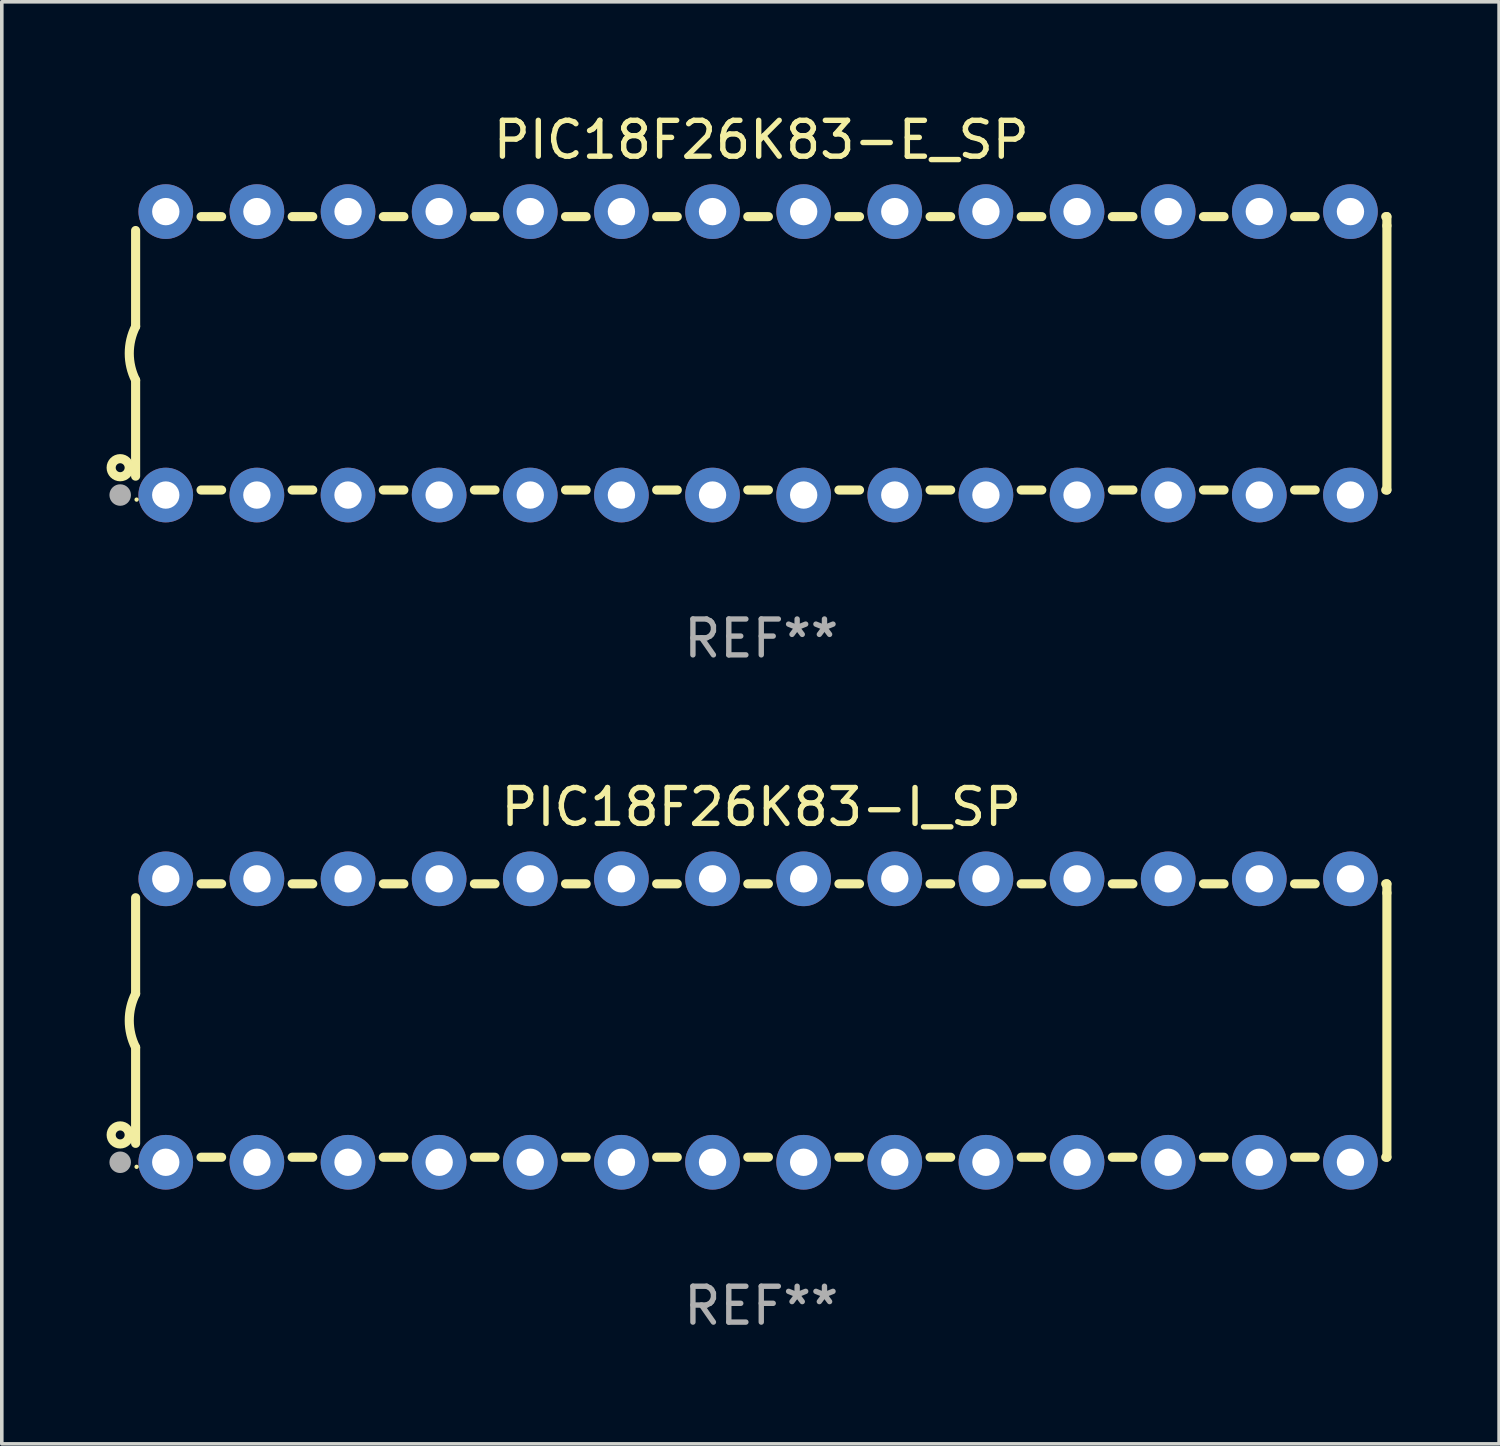
<source format=kicad_pcb>
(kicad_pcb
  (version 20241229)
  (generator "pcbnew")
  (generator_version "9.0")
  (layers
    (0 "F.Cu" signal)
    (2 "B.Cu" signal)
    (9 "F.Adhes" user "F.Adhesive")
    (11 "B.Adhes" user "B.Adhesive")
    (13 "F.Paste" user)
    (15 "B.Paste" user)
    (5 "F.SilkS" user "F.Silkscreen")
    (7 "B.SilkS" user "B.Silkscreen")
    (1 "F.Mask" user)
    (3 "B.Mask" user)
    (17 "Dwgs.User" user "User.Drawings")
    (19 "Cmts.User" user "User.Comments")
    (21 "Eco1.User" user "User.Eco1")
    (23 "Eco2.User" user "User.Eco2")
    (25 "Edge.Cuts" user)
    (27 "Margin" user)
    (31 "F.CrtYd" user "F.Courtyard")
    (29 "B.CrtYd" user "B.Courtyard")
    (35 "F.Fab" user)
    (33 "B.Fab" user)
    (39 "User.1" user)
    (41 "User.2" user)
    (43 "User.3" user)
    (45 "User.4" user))
  (footprint "PIC18F26K83-E_SP"
    (layer "F.Cu")
    (at 18.168 6.798)
    (property "Reference" "PIC18F26K83-E_SP" (at 0 -5.95 0) (layer "F.SilkS") (effects (font (size 1 1) (thickness 0.15))))
    (attr through_hole)
    (fp_line (start -17.438 0.75) (end -17.438 3.423) (stroke (width 0.254) (type solid)) (layer "F.SilkS"))
    (fp_line (start -17.438 -3.423) (end -17.438 -0.75) (stroke (width 0.254) (type solid)) (layer "F.SilkS"))
    (fp_line (start -15.615 3.81) (end -15.041 3.81) (stroke (width 0.254) (type solid)) (layer "F.SilkS"))
    (fp_line (start -15.041 -3.81) (end -15.614 -3.81) (stroke (width 0.254) (type solid)) (layer "F.SilkS"))
    (fp_line (start -13.075 3.81) (end -12.501 3.81) (stroke (width 0.254) (type solid)) (layer "F.SilkS"))
    (fp_line (start -12.501 -3.81) (end -13.074 -3.81) (stroke (width 0.254) (type solid)) (layer "F.SilkS"))
    (fp_line (start -10.535 3.81) (end -9.961 3.81) (stroke (width 0.254) (type solid)) (layer "F.SilkS"))
    (fp_line (start -9.961 -3.81) (end -10.534 -3.81) (stroke (width 0.254) (type solid)) (layer "F.SilkS"))
    (fp_line (start -7.995 3.81) (end -7.421 3.81) (stroke (width 0.254) (type solid)) (layer "F.SilkS"))
    (fp_line (start -7.421 -3.81) (end -7.995 -3.81) (stroke (width 0.254) (type solid)) (layer "F.SilkS"))
    (fp_line (start -5.455 3.81) (end -4.881 3.81) (stroke (width 0.254) (type solid)) (layer "F.SilkS"))
    (fp_line (start -4.881 -3.81) (end -5.455 -3.81) (stroke (width 0.254) (type solid)) (layer "F.SilkS"))
    (fp_line (start -2.915 3.81) (end -2.341 3.81) (stroke (width 0.254) (type solid)) (layer "F.SilkS"))
    (fp_line (start -2.341 -3.81) (end -2.915 -3.81) (stroke (width 0.254) (type solid)) (layer "F.SilkS"))
    (fp_line (start -0.375 3.81) (end 0.199 3.81) (stroke (width 0.254) (type solid)) (layer "F.SilkS"))
    (fp_line (start 0.199 -3.81) (end -0.375 -3.81) (stroke (width 0.254) (type solid)) (layer "F.SilkS"))
    (fp_line (start 2.165 3.81) (end 2.739 3.81) (stroke (width 0.254) (type solid)) (layer "F.SilkS"))
    (fp_line (start 2.739 -3.81) (end 2.165 -3.81) (stroke (width 0.254) (type solid)) (layer "F.SilkS"))
    (fp_line (start 4.705 3.81) (end 5.279 3.81) (stroke (width 0.254) (type solid)) (layer "F.SilkS"))
    (fp_line (start 5.279 -3.81) (end 4.705 -3.81) (stroke (width 0.254) (type solid)) (layer "F.SilkS"))
    (fp_line (start 7.245 3.81) (end 7.819 3.81) (stroke (width 0.254) (type solid)) (layer "F.SilkS"))
    (fp_line (start 7.819 -3.81) (end 7.245 -3.81) (stroke (width 0.254) (type solid)) (layer "F.SilkS"))
    (fp_line (start 9.785 3.81) (end 10.359 3.81) (stroke (width 0.254) (type solid)) (layer "F.SilkS"))
    (fp_line (start 10.359 -3.81) (end 9.785 -3.81) (stroke (width 0.254) (type solid)) (layer "F.SilkS"))
    (fp_line (start 12.325 3.81) (end 12.899 3.81) (stroke (width 0.254) (type solid)) (layer "F.SilkS"))
    (fp_line (start 12.899 -3.81) (end 12.325 -3.81) (stroke (width 0.254) (type solid)) (layer "F.SilkS"))
    (fp_line (start 14.865 3.81) (end 15.439 3.81) (stroke (width 0.254) (type solid)) (layer "F.SilkS"))
    (fp_line (start 15.439 -3.81) (end 14.865 -3.81) (stroke (width 0.254) (type solid)) (layer "F.SilkS"))
    (fp_line (start 17.405 3.81) (end 17.438 3.81) (stroke (width 0.254) (type solid)) (layer "F.SilkS"))
    (fp_line (start 17.438 -3.81) (end 17.405 -3.81) (stroke (width 0.254) (type solid)) (layer "F.SilkS"))
    (fp_line (start 17.438 -3.556) (end 17.438 -3.81) (stroke (width 0.254) (type solid)) (layer "F.SilkS"))
    (fp_line (start 17.438 3.81) (end 17.438 -3.556) (stroke (width 0.254) (type solid)) (layer "F.SilkS"))
    (fp_arc (start -17.437986 0.749657) (mid -17.614887 -0.000024) (end -17.437783 -0.749657) (stroke (width 0.254001) (type solid)) (layer "F.SilkS"))
    (fp_circle (center -17.868 3.188) (end -17.743 3.188) (stroke (width 0.254) (type solid)) (fill no) (layer "F.SilkS"))
    (fp_circle (center -17.411 4.077) (end -17.381 4.077) (stroke (width 0.06) (type solid)) (fill no) (layer "F.SilkS"))
    (fp_circle (center -17.868 3.95) (end -17.718 3.95) (stroke (width 0.3) (type solid)) (fill no) (layer "F.Fab"))
    (fp_text user "REF**" (at 0 7.95 0) (layer "F.Fab") (effects (font (size 1 1) (thickness 0.15))))
    (pad "1" thru_hole circle (at -16.598 3.95) (size 1.524 1.524) (drill 0.762) (layers "*.Cu" "*.Mask"))
    (pad "2" thru_hole circle (at -14.058 3.95) (size 1.524 1.524) (drill 0.762) (layers "*.Cu" "*.Mask"))
    (pad "3" thru_hole circle (at -11.518 3.95) (size 1.524 1.524) (drill 0.762) (layers "*.Cu" "*.Mask"))
    (pad "4" thru_hole circle (at -8.978 3.95) (size 1.524 1.524) (drill 0.762) (layers "*.Cu" "*.Mask"))
    (pad "5" thru_hole circle (at -6.438 3.95) (size 1.524 1.524) (drill 0.762) (layers "*.Cu" "*.Mask"))
    (pad "6" thru_hole circle (at -3.898 3.95) (size 1.524 1.524) (drill 0.762) (layers "*.Cu" "*.Mask"))
    (pad "7" thru_hole circle (at -1.358 3.95) (size 1.524 1.524) (drill 0.762) (layers "*.Cu" "*.Mask"))
    (pad "8" thru_hole circle (at 1.182 3.95) (size 1.524 1.524) (drill 0.762) (layers "*.Cu" "*.Mask"))
    (pad "9" thru_hole circle (at 3.722 3.95) (size 1.524 1.524) (drill 0.762) (layers "*.Cu" "*.Mask"))
    (pad "10" thru_hole circle (at 6.262 3.95) (size 1.524 1.524) (drill 0.762) (layers "*.Cu" "*.Mask"))
    (pad "11" thru_hole circle (at 8.802 3.95) (size 1.524 1.524) (drill 0.762) (layers "*.Cu" "*.Mask"))
    (pad "12" thru_hole circle (at 11.342 3.95) (size 1.524 1.524) (drill 0.762) (layers "*.Cu" "*.Mask"))
    (pad "13" thru_hole circle (at 13.882 3.95) (size 1.524 1.524) (drill 0.762) (layers "*.Cu" "*.Mask"))
    (pad "14" thru_hole circle (at 16.422 3.95) (size 1.524 1.524) (drill 0.762) (layers "*.Cu" "*.Mask"))
    (pad "15" thru_hole circle (at 16.422 -3.95) (size 1.524 1.524) (drill 0.762) (layers "*.Cu" "*.Mask"))
    (pad "16" thru_hole circle (at 13.882 -3.95) (size 1.524 1.524) (drill 0.762) (layers "*.Cu" "*.Mask"))
    (pad "17" thru_hole circle (at 11.342 -3.95) (size 1.524 1.524) (drill 0.762) (layers "*.Cu" "*.Mask"))
    (pad "18" thru_hole circle (at 8.802 -3.95) (size 1.524 1.524) (drill 0.762) (layers "*.Cu" "*.Mask"))
    (pad "19" thru_hole circle (at 6.262 -3.95) (size 1.524 1.524) (drill 0.762) (layers "*.Cu" "*.Mask"))
    (pad "20" thru_hole circle (at 3.722 -3.95) (size 1.524 1.524) (drill 0.762) (layers "*.Cu" "*.Mask"))
    (pad "21" thru_hole circle (at 1.182 -3.95) (size 1.524 1.524) (drill 0.762) (layers "*.Cu" "*.Mask"))
    (pad "22" thru_hole circle (at -1.358 -3.95) (size 1.524 1.524) (drill 0.762) (layers "*.Cu" "*.Mask"))
    (pad "23" thru_hole circle (at -3.898 -3.95) (size 1.524 1.524) (drill 0.762) (layers "*.Cu" "*.Mask"))
    (pad "24" thru_hole circle (at -6.438 -3.95) (size 1.524 1.524) (drill 0.762) (layers "*.Cu" "*.Mask"))
    (pad "25" thru_hole circle (at -8.978 -3.95) (size 1.524 1.524) (drill 0.762) (layers "*.Cu" "*.Mask"))
    (pad "26" thru_hole circle (at -11.517 -3.95) (size 1.524 1.524) (drill 0.762) (layers "*.Cu" "*.Mask"))
    (pad "27" thru_hole circle (at -14.057 -3.95) (size 1.524 1.524) (drill 0.762) (layers "*.Cu" "*.Mask"))
    (pad "28" thru_hole circle (at -16.597 -3.95) (size 1.524 1.524) (drill 0.762) (layers "*.Cu" "*.Mask")))
  (footprint "PIC18F26K83-I_SP"
    (layer "F.Cu")
    (at 18.168 25.395)
    (property "Reference" "PIC18F26K83-I_SP" (at 0 -5.95 0) (layer "F.SilkS") (effects (font (size 1 1) (thickness 0.15))))
    (attr through_hole)
    (fp_line (start -17.438 0.75) (end -17.438 3.423) (stroke (width 0.254) (type solid)) (layer "F.SilkS"))
    (fp_line (start -17.438 -3.423) (end -17.438 -0.75) (stroke (width 0.254) (type solid)) (layer "F.SilkS"))
    (fp_line (start -15.615 3.81) (end -15.041 3.81) (stroke (width 0.254) (type solid)) (layer "F.SilkS"))
    (fp_line (start -15.041 -3.81) (end -15.614 -3.81) (stroke (width 0.254) (type solid)) (layer "F.SilkS"))
    (fp_line (start -13.075 3.81) (end -12.501 3.81) (stroke (width 0.254) (type solid)) (layer "F.SilkS"))
    (fp_line (start -12.501 -3.81) (end -13.074 -3.81) (stroke (width 0.254) (type solid)) (layer "F.SilkS"))
    (fp_line (start -10.535 3.81) (end -9.961 3.81) (stroke (width 0.254) (type solid)) (layer "F.SilkS"))
    (fp_line (start -9.961 -3.81) (end -10.534 -3.81) (stroke (width 0.254) (type solid)) (layer "F.SilkS"))
    (fp_line (start -7.995 3.81) (end -7.421 3.81) (stroke (width 0.254) (type solid)) (layer "F.SilkS"))
    (fp_line (start -7.421 -3.81) (end -7.995 -3.81) (stroke (width 0.254) (type solid)) (layer "F.SilkS"))
    (fp_line (start -5.455 3.81) (end -4.881 3.81) (stroke (width 0.254) (type solid)) (layer "F.SilkS"))
    (fp_line (start -4.881 -3.81) (end -5.455 -3.81) (stroke (width 0.254) (type solid)) (layer "F.SilkS"))
    (fp_line (start -2.915 3.81) (end -2.341 3.81) (stroke (width 0.254) (type solid)) (layer "F.SilkS"))
    (fp_line (start -2.341 -3.81) (end -2.915 -3.81) (stroke (width 0.254) (type solid)) (layer "F.SilkS"))
    (fp_line (start -0.375 3.81) (end 0.199 3.81) (stroke (width 0.254) (type solid)) (layer "F.SilkS"))
    (fp_line (start 0.199 -3.81) (end -0.375 -3.81) (stroke (width 0.254) (type solid)) (layer "F.SilkS"))
    (fp_line (start 2.165 3.81) (end 2.739 3.81) (stroke (width 0.254) (type solid)) (layer "F.SilkS"))
    (fp_line (start 2.739 -3.81) (end 2.165 -3.81) (stroke (width 0.254) (type solid)) (layer "F.SilkS"))
    (fp_line (start 4.705 3.81) (end 5.279 3.81) (stroke (width 0.254) (type solid)) (layer "F.SilkS"))
    (fp_line (start 5.279 -3.81) (end 4.705 -3.81) (stroke (width 0.254) (type solid)) (layer "F.SilkS"))
    (fp_line (start 7.245 3.81) (end 7.819 3.81) (stroke (width 0.254) (type solid)) (layer "F.SilkS"))
    (fp_line (start 7.819 -3.81) (end 7.245 -3.81) (stroke (width 0.254) (type solid)) (layer "F.SilkS"))
    (fp_line (start 9.785 3.81) (end 10.359 3.81) (stroke (width 0.254) (type solid)) (layer "F.SilkS"))
    (fp_line (start 10.359 -3.81) (end 9.785 -3.81) (stroke (width 0.254) (type solid)) (layer "F.SilkS"))
    (fp_line (start 12.325 3.81) (end 12.899 3.81) (stroke (width 0.254) (type solid)) (layer "F.SilkS"))
    (fp_line (start 12.899 -3.81) (end 12.325 -3.81) (stroke (width 0.254) (type solid)) (layer "F.SilkS"))
    (fp_line (start 14.865 3.81) (end 15.439 3.81) (stroke (width 0.254) (type solid)) (layer "F.SilkS"))
    (fp_line (start 15.439 -3.81) (end 14.865 -3.81) (stroke (width 0.254) (type solid)) (layer "F.SilkS"))
    (fp_line (start 17.405 3.81) (end 17.438 3.81) (stroke (width 0.254) (type solid)) (layer "F.SilkS"))
    (fp_line (start 17.438 -3.81) (end 17.405 -3.81) (stroke (width 0.254) (type solid)) (layer "F.SilkS"))
    (fp_line (start 17.438 -3.556) (end 17.438 -3.81) (stroke (width 0.254) (type solid)) (layer "F.SilkS"))
    (fp_line (start 17.438 3.81) (end 17.438 -3.556) (stroke (width 0.254) (type solid)) (layer "F.SilkS"))
    (fp_arc (start -17.437986 0.749657) (mid -17.614887 -0.000024) (end -17.437783 -0.749657) (stroke (width 0.254001) (type solid)) (layer "F.SilkS"))
    (fp_circle (center -17.868 3.188) (end -17.743 3.188) (stroke (width 0.254) (type solid)) (fill no) (layer "F.SilkS"))
    (fp_circle (center -17.411 4.077) (end -17.381 4.077) (stroke (width 0.06) (type solid)) (fill no) (layer "F.SilkS"))
    (fp_circle (center -17.868 3.95) (end -17.718 3.95) (stroke (width 0.3) (type solid)) (fill no) (layer "F.Fab"))
    (fp_text user "REF**" (at 0 7.95 0) (layer "F.Fab") (effects (font (size 1 1) (thickness 0.15))))
    (pad "1" thru_hole circle (at -16.598 3.95) (size 1.524 1.524) (drill 0.762) (layers "*.Cu" "*.Mask"))
    (pad "2" thru_hole circle (at -14.058 3.95) (size 1.524 1.524) (drill 0.762) (layers "*.Cu" "*.Mask"))
    (pad "3" thru_hole circle (at -11.518 3.95) (size 1.524 1.524) (drill 0.762) (layers "*.Cu" "*.Mask"))
    (pad "4" thru_hole circle (at -8.978 3.95) (size 1.524 1.524) (drill 0.762) (layers "*.Cu" "*.Mask"))
    (pad "5" thru_hole circle (at -6.438 3.95) (size 1.524 1.524) (drill 0.762) (layers "*.Cu" "*.Mask"))
    (pad "6" thru_hole circle (at -3.898 3.95) (size 1.524 1.524) (drill 0.762) (layers "*.Cu" "*.Mask"))
    (pad "7" thru_hole circle (at -1.358 3.95) (size 1.524 1.524) (drill 0.762) (layers "*.Cu" "*.Mask"))
    (pad "8" thru_hole circle (at 1.182 3.95) (size 1.524 1.524) (drill 0.762) (layers "*.Cu" "*.Mask"))
    (pad "9" thru_hole circle (at 3.722 3.95) (size 1.524 1.524) (drill 0.762) (layers "*.Cu" "*.Mask"))
    (pad "10" thru_hole circle (at 6.262 3.95) (size 1.524 1.524) (drill 0.762) (layers "*.Cu" "*.Mask"))
    (pad "11" thru_hole circle (at 8.802 3.95) (size 1.524 1.524) (drill 0.762) (layers "*.Cu" "*.Mask"))
    (pad "12" thru_hole circle (at 11.342 3.95) (size 1.524 1.524) (drill 0.762) (layers "*.Cu" "*.Mask"))
    (pad "13" thru_hole circle (at 13.882 3.95) (size 1.524 1.524) (drill 0.762) (layers "*.Cu" "*.Mask"))
    (pad "14" thru_hole circle (at 16.422 3.95) (size 1.524 1.524) (drill 0.762) (layers "*.Cu" "*.Mask"))
    (pad "15" thru_hole circle (at 16.422 -3.95) (size 1.524 1.524) (drill 0.762) (layers "*.Cu" "*.Mask"))
    (pad "16" thru_hole circle (at 13.882 -3.95) (size 1.524 1.524) (drill 0.762) (layers "*.Cu" "*.Mask"))
    (pad "17" thru_hole circle (at 11.342 -3.95) (size 1.524 1.524) (drill 0.762) (layers "*.Cu" "*.Mask"))
    (pad "18" thru_hole circle (at 8.802 -3.95) (size 1.524 1.524) (drill 0.762) (layers "*.Cu" "*.Mask"))
    (pad "19" thru_hole circle (at 6.262 -3.95) (size 1.524 1.524) (drill 0.762) (layers "*.Cu" "*.Mask"))
    (pad "20" thru_hole circle (at 3.722 -3.95) (size 1.524 1.524) (drill 0.762) (layers "*.Cu" "*.Mask"))
    (pad "21" thru_hole circle (at 1.182 -3.95) (size 1.524 1.524) (drill 0.762) (layers "*.Cu" "*.Mask"))
    (pad "22" thru_hole circle (at -1.358 -3.95) (size 1.524 1.524) (drill 0.762) (layers "*.Cu" "*.Mask"))
    (pad "23" thru_hole circle (at -3.898 -3.95) (size 1.524 1.524) (drill 0.762) (layers "*.Cu" "*.Mask"))
    (pad "24" thru_hole circle (at -6.438 -3.95) (size 1.524 1.524) (drill 0.762) (layers "*.Cu" "*.Mask"))
    (pad "25" thru_hole circle (at -8.978 -3.95) (size 1.524 1.524) (drill 0.762) (layers "*.Cu" "*.Mask"))
    (pad "26" thru_hole circle (at -11.517 -3.95) (size 1.524 1.524) (drill 0.762) (layers "*.Cu" "*.Mask"))
    (pad "27" thru_hole circle (at -14.057 -3.95) (size 1.524 1.524) (drill 0.762) (layers "*.Cu" "*.Mask"))
    (pad "28" thru_hole circle (at -16.597 -3.95) (size 1.524 1.524) (drill 0.762) (layers "*.Cu" "*.Mask")))
  (gr_rect
    (start -3 -3)
    (end 38.733 37.193)
    (stroke (width 0.1) (type default))
    (fill no)
    (layer "Edge.Cuts")))
</source>
